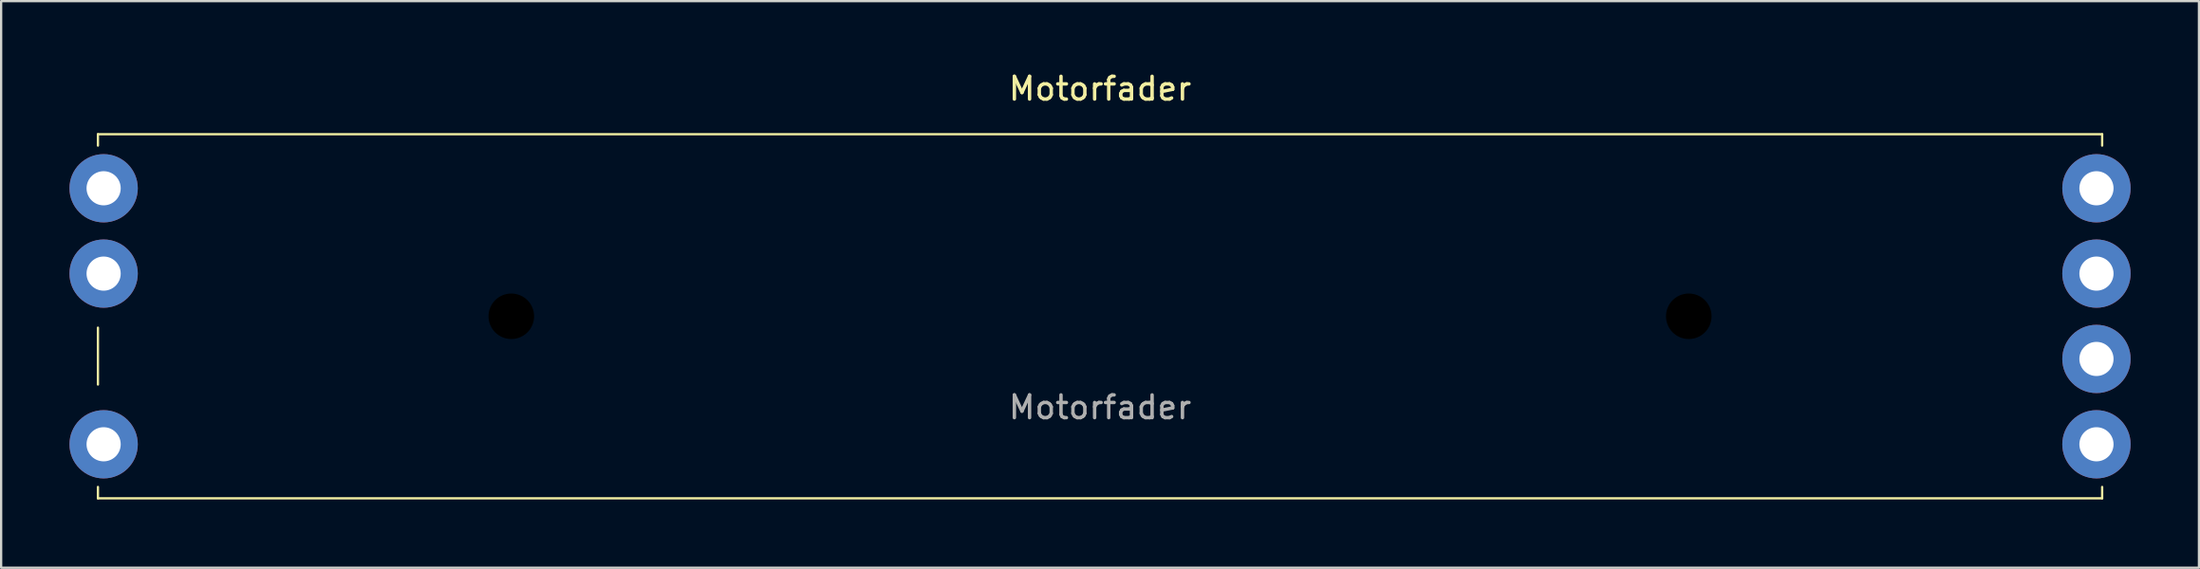
<source format=kicad_pcb>
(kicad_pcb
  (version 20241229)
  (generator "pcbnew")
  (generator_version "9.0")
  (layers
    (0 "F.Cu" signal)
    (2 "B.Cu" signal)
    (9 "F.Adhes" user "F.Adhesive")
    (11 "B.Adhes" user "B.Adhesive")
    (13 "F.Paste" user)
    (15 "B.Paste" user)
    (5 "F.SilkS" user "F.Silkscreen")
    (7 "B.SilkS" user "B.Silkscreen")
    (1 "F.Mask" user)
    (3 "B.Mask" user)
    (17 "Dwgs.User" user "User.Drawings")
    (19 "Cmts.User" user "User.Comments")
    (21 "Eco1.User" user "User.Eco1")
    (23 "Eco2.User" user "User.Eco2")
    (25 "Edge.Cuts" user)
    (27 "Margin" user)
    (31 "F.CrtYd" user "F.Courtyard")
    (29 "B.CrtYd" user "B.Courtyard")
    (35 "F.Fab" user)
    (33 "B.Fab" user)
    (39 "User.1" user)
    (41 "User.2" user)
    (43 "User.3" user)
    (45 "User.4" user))
  (footprint "Motorfader"
    (layer "F.Cu")
    (at 45.25 10.848)
    (property "Reference" "Motorfader" (at 0 -10 0) (unlocked yes) (layer "F.SilkS") (effects (font (size 1 1) (thickness 0.15))))
    (attr through_hole)
    (fp_line (start -44 -8) (end -44 -7.5) (stroke (width 0.1) (type default)) (layer "F.SilkS"))
    (fp_line (start -44 -8) (end 44 -8) (stroke (width 0.1) (type default)) (layer "F.SilkS"))
    (fp_line (start -44 3) (end -44 0.5) (stroke (width 0.1) (type default)) (layer "F.SilkS"))
    (fp_line (start -44 7.5) (end -44 8) (stroke (width 0.1) (type default)) (layer "F.SilkS"))
    (fp_line (start 44 -8) (end 44 -7.5) (stroke (width 0.1) (type default)) (layer "F.SilkS"))
    (fp_line (start 44 7.5) (end 44 8) (stroke (width 0.1) (type default)) (layer "F.SilkS"))
    (fp_line (start 44 8) (end -44 8) (stroke (width 0.1) (type default)) (layer "F.SilkS"))
    (fp_text user "${REFERENCE}" (at 0 4 0) (unlocked yes) (layer "F.Fab") (effects (font (size 1 1) (thickness 0.15))))
    (pad "" np_thru_hole circle (at -25.85 0) (size 2 2) (drill 2) (layers "*.Mask"))
    (pad "" np_thru_hole circle (at 25.85 0) (size 2 2) (drill 2) (layers "*.Mask"))
    (pad "1" thru_hole circle (at 43.75 -1.875) (size 3 3) (drill 1.5) (layers "*.Cu" "*.Mask"))
    (pad "1'" thru_hole circle (at 43.75 1.875) (size 3 3) (drill 1.5) (layers "*.Cu" "*.Mask"))
    (pad "2" thru_hole circle (at 43.75 -5.625) (size 3 3) (drill 1.5) (layers "*.Cu" "*.Mask"))
    (pad "2'" thru_hole circle (at 43.75 5.625) (size 3 3) (drill 1.5) (layers "*.Cu" "*.Mask"))
    (pad "3" thru_hole circle (at -43.75 -5.625) (size 3 3) (drill 1.5) (layers "*.Cu" "*.Mask"))
    (pad "3'" thru_hole circle (at -43.75 5.625) (size 3 3) (drill 1.5) (layers "*.Cu" "*.Mask"))
    (pad "T" thru_hole circle (at -43.75 -1.875) (size 3 3) (drill 1.5) (layers "*.Cu" "*.Mask")))
  (gr_rect
    (start -3 -3)
    (end 93.5 21.898)
    (stroke (width 0.1) (type default))
    (fill no)
    (layer "Edge.Cuts")))
</source>
